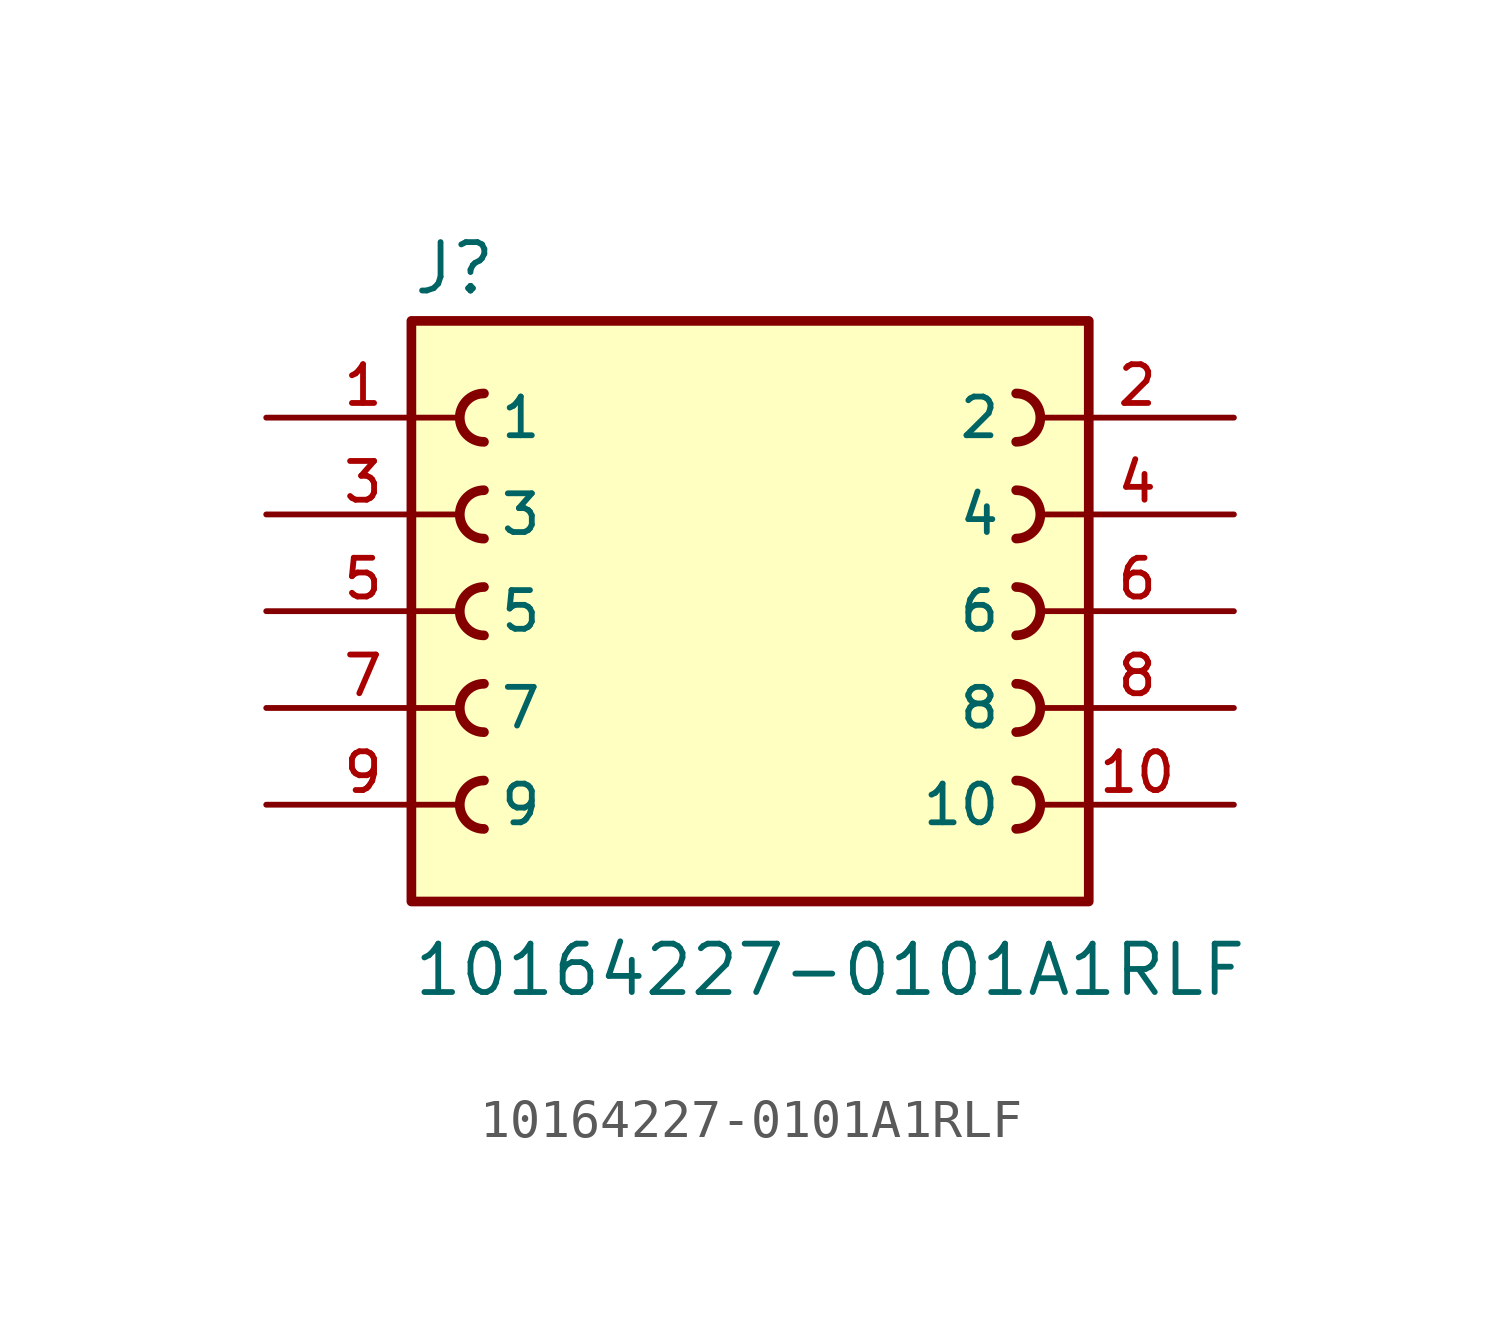
<source format=kicad_sym>
(kicad_symbol_lib
  (version 20211014)
  (generator kicad_symbol_editor)
  (symbol "10164227-0101A1RLF"
    (pin_names
      (offset 1.016))
    (property "Reference" "J"
      (at -8.89 8.255 0)
      (effects (font (size 1.27 1.27)) (justify bottom left)))
    (property "Value" "10164227-0101A1RLF"
      (at -8.89 -10.16 0)
      (effects (font (size 1.27 1.27)) (justify bottom left)))
    (symbol "10164227-0101A1RLF_0_0"
      (arc (start 6.985 4.445) (mid 7.62 5.08) (end 6.985 5.715) (stroke (width 0.254) (type default) (color 0 0 0 0)) (fill (type none)))
      (arc (start 6.985 1.905) (mid 7.62 2.54) (end 6.985 3.175) (stroke (width 0.254) (type default) (color 0 0 0 0)) (fill (type none)))
      (arc (start 6.985 -0.635) (mid 7.62 0.0) (end 6.985 0.635) (stroke (width 0.254) (type default) (color 0 0 0 0)) (fill (type none)))
      (arc (start 6.985 -3.175) (mid 7.62 -2.54) (end 6.985 -1.905) (stroke (width 0.254) (type default) (color 0 0 0 0)) (fill (type none)))
      (arc (start 6.985 -5.715) (mid 7.62 -5.08) (end 6.985 -4.445) (stroke (width 0.254) (type default) (color 0 0 0 0)) (fill (type none)))
      (arc (start -6.985 -4.445) (mid -7.62 -5.08) (end -6.985 -5.715) (stroke (width 0.254) (type default) (color 0 0 0 0)) (fill (type none)))
      (arc (start -6.985 -1.905) (mid -7.62 -2.54) (end -6.985 -3.175) (stroke (width 0.254) (type default) (color 0 0 0 0)) (fill (type none)))
      (arc (start -6.985 0.635) (mid -7.62 -0.0) (end -6.985 -0.635) (stroke (width 0.254) (type default) (color 0 0 0 0)) (fill (type none)))
      (arc (start -6.985 3.175) (mid -7.62 2.54) (end -6.985 1.905) (stroke (width 0.254) (type default) (color 0 0 0 0)) (fill (type none)))
      (arc (start -6.985 5.715) (mid -7.62 5.08) (end -6.985 4.445) (stroke (width 0.254) (type default) (color 0 0 0 0)) (fill (type none)))
      (rectangle (start -8.89 -7.62) (end 8.89 7.62) (stroke (width 0.254)) (fill (type background)))
      (pin passive line (at -12.7 5.08 0) (length 5.08) (name "1" (effects (font (size 1.016 1.016)))) (number "1" (effects (font (size 1.016 1.016)))))
      (pin passive line (at 12.7 5.08 180.0) (length 5.08) (name "2" (effects (font (size 1.016 1.016)))) (number "2" (effects (font (size 1.016 1.016)))))
      (pin passive line (at -12.7 2.54 0) (length 5.08) (name "3" (effects (font (size 1.016 1.016)))) (number "3" (effects (font (size 1.016 1.016)))))
      (pin passive line (at 12.7 2.54 180.0) (length 5.08) (name "4" (effects (font (size 1.016 1.016)))) (number "4" (effects (font (size 1.016 1.016)))))
      (pin passive line (at -12.7 0.0 0) (length 5.08) (name "5" (effects (font (size 1.016 1.016)))) (number "5" (effects (font (size 1.016 1.016)))))
      (pin passive line (at 12.7 0.0 180.0) (length 5.08) (name "6" (effects (font (size 1.016 1.016)))) (number "6" (effects (font (size 1.016 1.016)))))
      (pin passive line (at -12.7 -2.54 0) (length 5.08) (name "7" (effects (font (size 1.016 1.016)))) (number "7" (effects (font (size 1.016 1.016)))))
      (pin passive line (at 12.7 -2.54 180.0) (length 5.08) (name "8" (effects (font (size 1.016 1.016)))) (number "8" (effects (font (size 1.016 1.016)))))
      (pin passive line (at -12.7 -5.08 0) (length 5.08) (name "9" (effects (font (size 1.016 1.016)))) (number "9" (effects (font (size 1.016 1.016)))))
      (pin passive line (at 12.7 -5.08 180.0) (length 5.08) (name "10" (effects (font (size 1.016 1.016)))) (number "10" (effects (font (size 1.016 1.016))))))))
</source>
